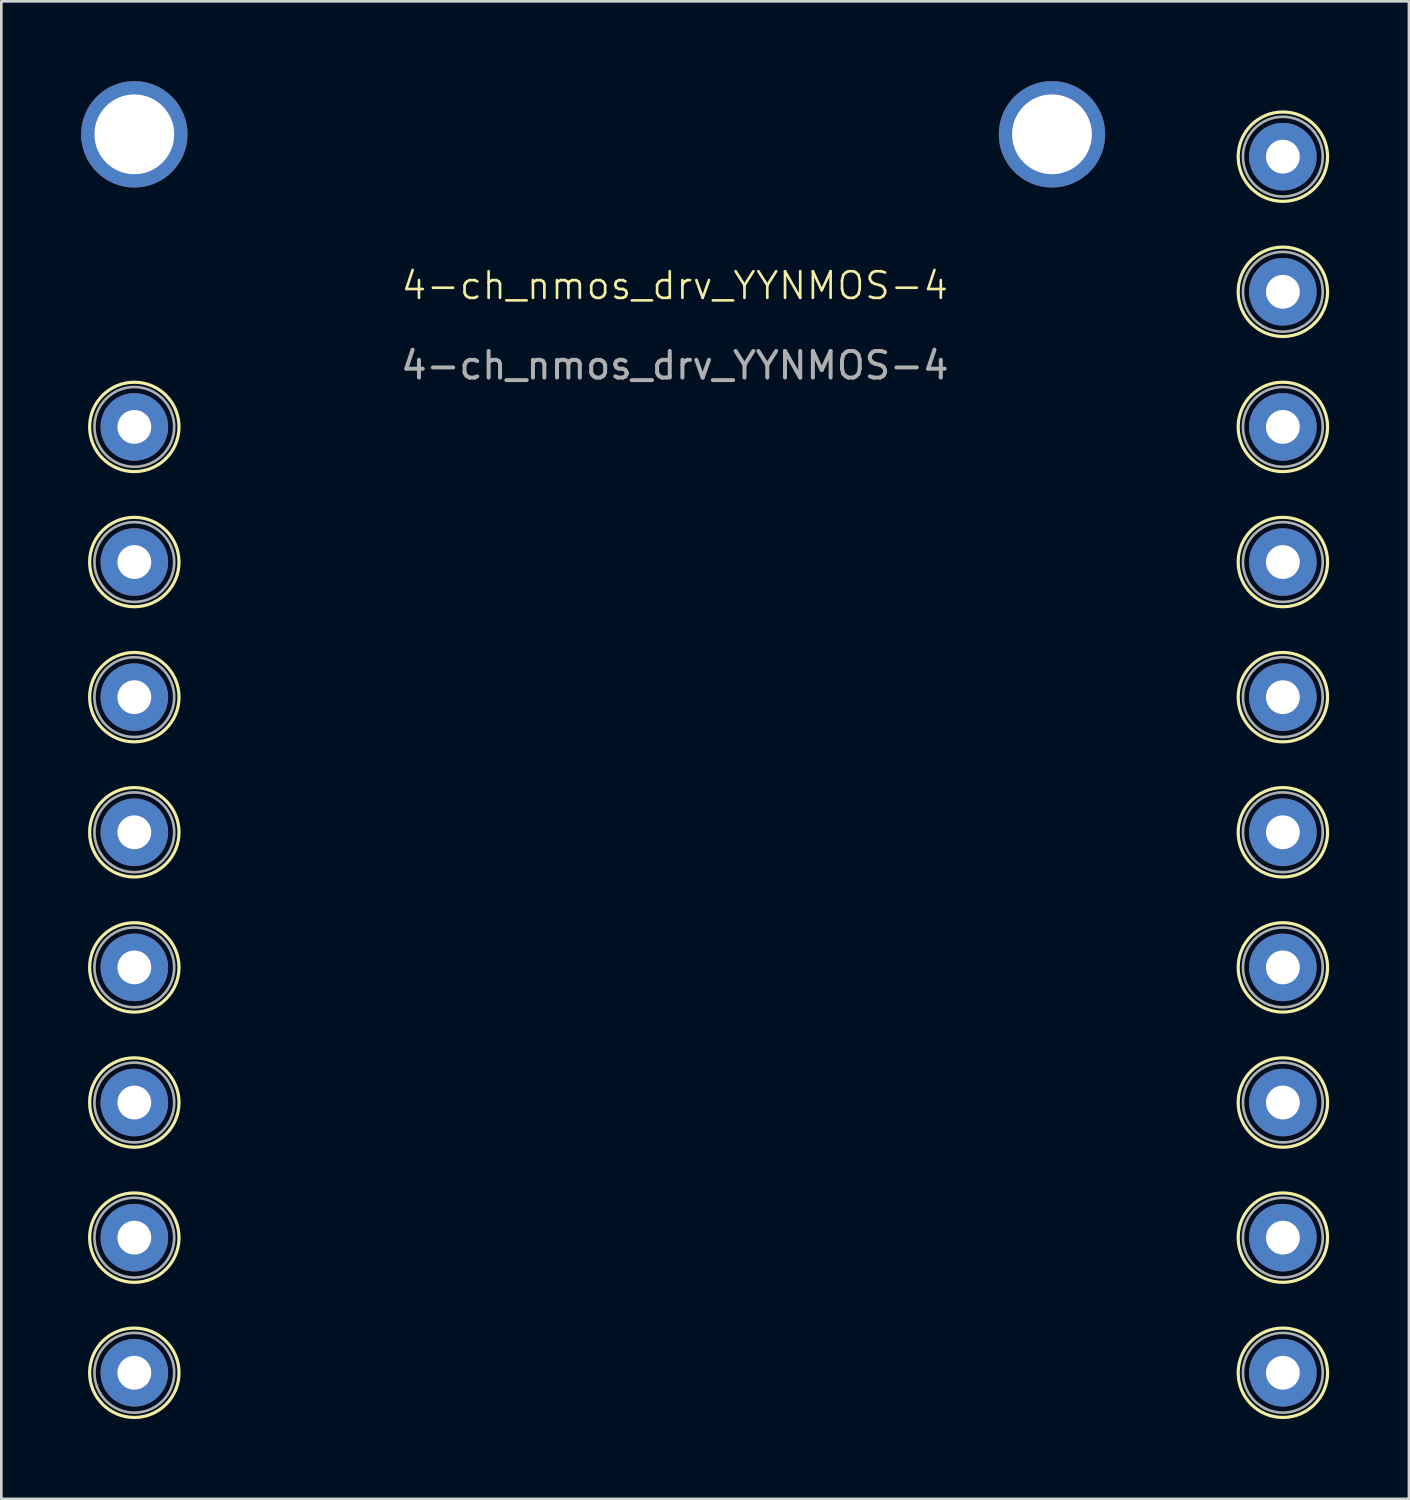
<source format=kicad_pcb>
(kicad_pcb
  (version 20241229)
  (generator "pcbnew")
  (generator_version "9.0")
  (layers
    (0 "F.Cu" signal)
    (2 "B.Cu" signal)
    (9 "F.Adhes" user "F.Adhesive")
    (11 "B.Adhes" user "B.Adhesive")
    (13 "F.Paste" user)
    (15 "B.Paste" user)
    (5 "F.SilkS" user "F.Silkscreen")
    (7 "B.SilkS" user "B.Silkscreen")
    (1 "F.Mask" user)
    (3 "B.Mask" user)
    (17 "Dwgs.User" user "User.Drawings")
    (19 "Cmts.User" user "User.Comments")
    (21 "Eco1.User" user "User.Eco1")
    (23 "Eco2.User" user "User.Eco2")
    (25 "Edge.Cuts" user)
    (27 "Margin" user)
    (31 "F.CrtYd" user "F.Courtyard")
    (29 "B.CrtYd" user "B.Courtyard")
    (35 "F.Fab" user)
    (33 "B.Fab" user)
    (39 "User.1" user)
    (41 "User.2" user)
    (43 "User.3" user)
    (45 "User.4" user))
  (footprint "4-ch_nmos_drv_YYNMOS-4"
    (layer "F.Cu")
    (at 2 13)
    (property "Reference" "4-ch_nmos_drv_YYNMOS-4" (at 20.32 -5.31 0) (unlocked yes) (layer "F.SilkS") (effects (font (size 1 1) (thickness 0.1))))
    (attr through_hole)
    (fp_circle (center 0 0) (end 1.68 0) (stroke (width 0.12) (type solid)) (fill no) (layer "F.SilkS"))
    (fp_circle (center 0 5.08) (end 1.68 5.08) (stroke (width 0.12) (type solid)) (fill no) (layer "F.SilkS"))
    (fp_circle (center 0 10.16) (end 1.68 10.16) (stroke (width 0.12) (type solid)) (fill no) (layer "F.SilkS"))
    (fp_circle (center 0 15.24) (end 1.68 15.24) (stroke (width 0.12) (type solid)) (fill no) (layer "F.SilkS"))
    (fp_circle (center 0 20.32) (end 1.68 20.32) (stroke (width 0.12) (type solid)) (fill no) (layer "F.SilkS"))
    (fp_circle (center 0 25.4) (end 1.68 25.4) (stroke (width 0.12) (type solid)) (fill no) (layer "F.SilkS"))
    (fp_circle (center 0 30.48) (end 1.68 30.48) (stroke (width 0.12) (type solid)) (fill no) (layer "F.SilkS"))
    (fp_circle (center 0 35.56) (end 1.68 35.56) (stroke (width 0.12) (type solid)) (fill no) (layer "F.SilkS"))
    (fp_circle (center 43.18 -10.16) (end 44.86 -10.16) (stroke (width 0.12) (type solid)) (fill no) (layer "F.SilkS"))
    (fp_circle (center 43.18 -5.08) (end 44.86 -5.08) (stroke (width 0.12) (type solid)) (fill no) (layer "F.SilkS"))
    (fp_circle (center 43.18 0) (end 44.86 0) (stroke (width 0.12) (type solid)) (fill no) (layer "F.SilkS"))
    (fp_circle (center 43.18 5.08) (end 44.86 5.08) (stroke (width 0.12) (type solid)) (fill no) (layer "F.SilkS"))
    (fp_circle (center 43.18 10.16) (end 44.86 10.16) (stroke (width 0.12) (type solid)) (fill no) (layer "F.SilkS"))
    (fp_circle (center 43.18 15.24) (end 44.86 15.24) (stroke (width 0.12) (type solid)) (fill no) (layer "F.SilkS"))
    (fp_circle (center 43.18 20.32) (end 44.86 20.32) (stroke (width 0.12) (type solid)) (fill no) (layer "F.SilkS"))
    (fp_circle (center 43.18 25.4) (end 44.86 25.4) (stroke (width 0.12) (type solid)) (fill no) (layer "F.SilkS"))
    (fp_circle (center 43.18 30.48) (end 44.86 30.48) (stroke (width 0.12) (type solid)) (fill no) (layer "F.SilkS"))
    (fp_circle (center 43.18 35.56) (end 44.86 35.56) (stroke (width 0.12) (type solid)) (fill no) (layer "F.SilkS"))
    (fp_circle (center 0 0) (end 1.5 0) (stroke (width 0.1) (type solid)) (fill no) (layer "F.Fab"))
    (fp_circle (center 0 5.08) (end 1.5 5.08) (stroke (width 0.1) (type solid)) (fill no) (layer "F.Fab"))
    (fp_circle (center 0 10.16) (end 1.5 10.16) (stroke (width 0.1) (type solid)) (fill no) (layer "F.Fab"))
    (fp_circle (center 0 15.24) (end 1.5 15.24) (stroke (width 0.1) (type solid)) (fill no) (layer "F.Fab"))
    (fp_circle (center 0 20.32) (end 1.5 20.32) (stroke (width 0.1) (type solid)) (fill no) (layer "F.Fab"))
    (fp_circle (center 0 25.4) (end 1.5 25.4) (stroke (width 0.1) (type solid)) (fill no) (layer "F.Fab"))
    (fp_circle (center 0 30.48) (end 1.5 30.48) (stroke (width 0.1) (type solid)) (fill no) (layer "F.Fab"))
    (fp_circle (center 0 35.56) (end 1.5 35.56) (stroke (width 0.1) (type solid)) (fill no) (layer "F.Fab"))
    (fp_circle (center 43.18 -10.16) (end 44.68 -10.16) (stroke (width 0.1) (type solid)) (fill no) (layer "F.Fab"))
    (fp_circle (center 43.18 -5.08) (end 44.68 -5.08) (stroke (width 0.1) (type solid)) (fill no) (layer "F.Fab"))
    (fp_circle (center 43.18 0) (end 44.68 0) (stroke (width 0.1) (type solid)) (fill no) (layer "F.Fab"))
    (fp_circle (center 43.18 5.08) (end 44.68 5.08) (stroke (width 0.1) (type solid)) (fill no) (layer "F.Fab"))
    (fp_circle (center 43.18 10.16) (end 44.68 10.16) (stroke (width 0.1) (type solid)) (fill no) (layer "F.Fab"))
    (fp_circle (center 43.18 15.24) (end 44.68 15.24) (stroke (width 0.1) (type solid)) (fill no) (layer "F.Fab"))
    (fp_circle (center 43.18 20.32) (end 44.68 20.32) (stroke (width 0.1) (type solid)) (fill no) (layer "F.Fab"))
    (fp_circle (center 43.18 25.4) (end 44.68 25.4) (stroke (width 0.1) (type solid)) (fill no) (layer "F.Fab"))
    (fp_circle (center 43.18 30.48) (end 44.68 30.48) (stroke (width 0.1) (type solid)) (fill no) (layer "F.Fab"))
    (fp_circle (center 43.18 35.56) (end 44.68 35.56) (stroke (width 0.1) (type solid)) (fill no) (layer "F.Fab"))
    (fp_text user "${REFERENCE}" (at 20.32 -2.31 0) (unlocked yes) (layer "F.Fab") (effects (font (size 1 1) (thickness 0.15))))
    (pad "" thru_hole circle (at 0 -11) (size 4 4) (drill 3) (layers "*.Cu" "*.Mask"))
    (pad "" thru_hole circle (at 34.5 -11) (size 4 4) (drill 3) (layers "*.Cu" "*.Mask"))
    (pad "1" thru_hole circle (at 0 0) (size 2.54 2.54) (drill 1.27) (layers "*.Cu" "*.Mask"))
    (pad "2" thru_hole circle (at 0 5.08) (size 2.54 2.54) (drill 1.27) (layers "*.Cu" "*.Mask"))
    (pad "3" thru_hole circle (at 0 10.16) (size 2.54 2.54) (drill 1.27) (layers "*.Cu" "*.Mask"))
    (pad "4" thru_hole circle (at 0 15.24) (size 2.54 2.54) (drill 1.27) (layers "*.Cu" "*.Mask"))
    (pad "5" thru_hole circle (at 0 20.32) (size 2.54 2.54) (drill 1.27) (layers "*.Cu" "*.Mask"))
    (pad "6" thru_hole circle (at 0 25.4) (size 2.54 2.54) (drill 1.27) (layers "*.Cu" "*.Mask"))
    (pad "7" thru_hole circle (at 0 30.48) (size 2.54 2.54) (drill 1.27) (layers "*.Cu" "*.Mask"))
    (pad "8" thru_hole circle (at 0 35.56) (size 2.54 2.54) (drill 1.27) (layers "*.Cu" "*.Mask"))
    (pad "9" thru_hole circle (at 43.18 -10.16) (size 2.54 2.54) (drill 1.27) (layers "*.Cu" "*.Mask"))
    (pad "10" thru_hole circle (at 43.18 -5.08) (size 2.54 2.54) (drill 1.27) (layers "*.Cu" "*.Mask"))
    (pad "11" thru_hole circle (at 43.18 0) (size 2.54 2.54) (drill 1.27) (layers "*.Cu" "*.Mask"))
    (pad "12" thru_hole circle (at 43.18 5.08) (size 2.54 2.54) (drill 1.27) (layers "*.Cu" "*.Mask"))
    (pad "13" thru_hole circle (at 43.18 10.16) (size 2.54 2.54) (drill 1.27) (layers "*.Cu" "*.Mask"))
    (pad "14" thru_hole circle (at 43.18 15.24) (size 2.54 2.54) (drill 1.27) (layers "*.Cu" "*.Mask"))
    (pad "15" thru_hole circle (at 43.18 20.32) (size 2.54 2.54) (drill 1.27) (layers "*.Cu" "*.Mask"))
    (pad "16" thru_hole circle (at 43.18 25.4) (size 2.54 2.54) (drill 1.27) (layers "*.Cu" "*.Mask"))
    (pad "17" thru_hole circle (at 43.18 30.48) (size 2.54 2.54) (drill 1.27) (layers "*.Cu" "*.Mask"))
    (pad "18" thru_hole circle (at 43.18 35.56) (size 2.54 2.54) (drill 1.27) (layers "*.Cu" "*.Mask")))
  (gr_rect
    (start -3 -3)
    (end 49.92 53.3)
    (stroke (width 0.1) (type default))
    (fill no)
    (layer "Edge.Cuts")))
</source>
